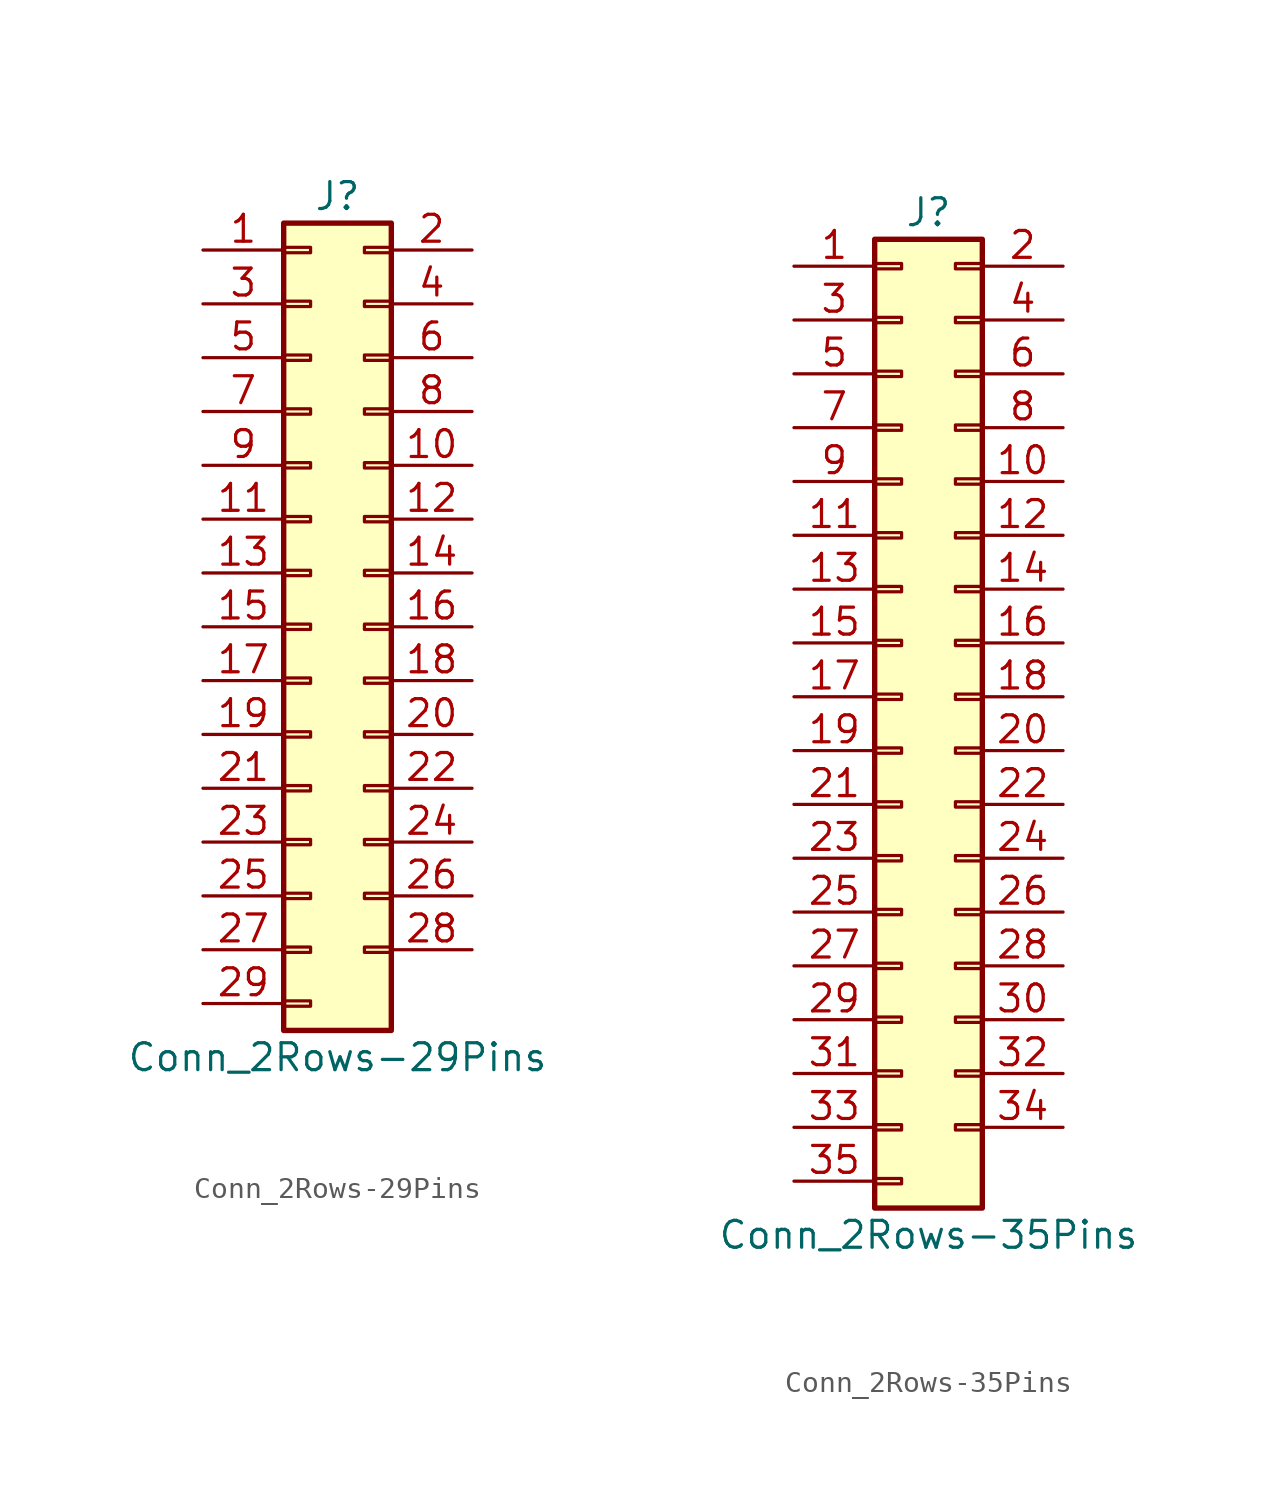
<source format=kicad_sym>
(kicad_symbol_lib
  (version 20201005)
  (generator kicad_symbol_editor)
  (symbol "Conn_2Rows-29Pins"
    (pin_names
      (offset 1.016) hide)
    (property "Reference" "J"
      (at 1.27 20.32 0)
      (effects (font (size 1.27 1.27))))
    (property "Value" "Conn_2Rows-29Pins"
      (at 1.27 -20.32 0)
      (effects (font (size 1.27 1.27))))
    (symbol "Conn_2Rows-29Pins_1_1"
      (rectangle (start -1.27 -17.653) (end 0 -17.907) (stroke (width 0.152)) (fill (type none)))
      (rectangle (start -1.27 -15.113) (end 0 -15.367) (stroke (width 0.152)) (fill (type none)))
      (rectangle (start -1.27 -12.573) (end 0 -12.827) (stroke (width 0.152)) (fill (type none)))
      (rectangle (start -1.27 -10.033) (end 0 -10.287) (stroke (width 0.152)) (fill (type none)))
      (rectangle (start -1.27 -7.493) (end 0 -7.747) (stroke (width 0.152)) (fill (type none)))
      (rectangle (start -1.27 -4.953) (end 0 -5.207) (stroke (width 0.152)) (fill (type none)))
      (rectangle (start -1.27 -2.413) (end 0 -2.667) (stroke (width 0.152)) (fill (type none)))
      (rectangle (start -1.27 0.127) (end 0 -0.127) (stroke (width 0.152)) (fill (type none)))
      (rectangle (start -1.27 2.667) (end 0 2.413) (stroke (width 0.152)) (fill (type none)))
      (rectangle (start -1.27 5.207) (end 0 4.953) (stroke (width 0.152)) (fill (type none)))
      (rectangle (start -1.27 7.747) (end 0 7.493) (stroke (width 0.152)) (fill (type none)))
      (rectangle (start -1.27 10.287) (end 0 10.033) (stroke (width 0.152)) (fill (type none)))
      (rectangle (start -1.27 12.827) (end 0 12.573) (stroke (width 0.152)) (fill (type none)))
      (rectangle (start -1.27 15.367) (end 0 15.113) (stroke (width 0.152)) (fill (type none)))
      (rectangle (start -1.27 17.907) (end 0 17.653) (stroke (width 0.152)) (fill (type none)))
      (rectangle (start -1.27 19.05) (end 3.81 -19.05) (stroke (width 0.254)) (fill (type background)))
      (rectangle (start 3.81 -15.113) (end 2.54 -15.367) (stroke (width 0.152)) (fill (type none)))
      (rectangle (start 3.81 -12.573) (end 2.54 -12.827) (stroke (width 0.152)) (fill (type none)))
      (rectangle (start 3.81 -10.033) (end 2.54 -10.287) (stroke (width 0.152)) (fill (type none)))
      (rectangle (start 3.81 -7.493) (end 2.54 -7.747) (stroke (width 0.152)) (fill (type none)))
      (rectangle (start 3.81 -4.953) (end 2.54 -5.207) (stroke (width 0.152)) (fill (type none)))
      (rectangle (start 3.81 -2.413) (end 2.54 -2.667) (stroke (width 0.152)) (fill (type none)))
      (rectangle (start 3.81 0.127) (end 2.54 -0.127) (stroke (width 0.152)) (fill (type none)))
      (rectangle (start 3.81 2.667) (end 2.54 2.413) (stroke (width 0.152)) (fill (type none)))
      (rectangle (start 3.81 5.207) (end 2.54 4.953) (stroke (width 0.152)) (fill (type none)))
      (rectangle (start 3.81 7.747) (end 2.54 7.493) (stroke (width 0.152)) (fill (type none)))
      (rectangle (start 3.81 10.287) (end 2.54 10.033) (stroke (width 0.152)) (fill (type none)))
      (rectangle (start 3.81 12.827) (end 2.54 12.573) (stroke (width 0.152)) (fill (type none)))
      (rectangle (start 3.81 15.367) (end 2.54 15.113) (stroke (width 0.152)) (fill (type none)))
      (rectangle (start 3.81 17.907) (end 2.54 17.653) (stroke (width 0.152)) (fill (type none)))
      (pin passive line (at -5.08 17.78 0) (length 3.81) (name "Pin_1" (effects (font (size 1.27 1.27)))) (number "1" (effects (font (size 1.27 1.27)))))
      (pin passive line (at 7.62 7.62 180) (length 3.81) (name "Pin_10" (effects (font (size 1.27 1.27)))) (number "10" (effects (font (size 1.27 1.27)))))
      (pin passive line (at -5.08 5.08 0) (length 3.81) (name "Pin_11" (effects (font (size 1.27 1.27)))) (number "11" (effects (font (size 1.27 1.27)))))
      (pin passive line (at 7.62 5.08 180) (length 3.81) (name "Pin_12" (effects (font (size 1.27 1.27)))) (number "12" (effects (font (size 1.27 1.27)))))
      (pin passive line (at -5.08 2.54 0) (length 3.81) (name "Pin_13" (effects (font (size 1.27 1.27)))) (number "13" (effects (font (size 1.27 1.27)))))
      (pin passive line (at 7.62 2.54 180) (length 3.81) (name "Pin_14" (effects (font (size 1.27 1.27)))) (number "14" (effects (font (size 1.27 1.27)))))
      (pin passive line (at -5.08 0 0) (length 3.81) (name "Pin_15" (effects (font (size 1.27 1.27)))) (number "15" (effects (font (size 1.27 1.27)))))
      (pin passive line (at 7.62 0 180) (length 3.81) (name "Pin_16" (effects (font (size 1.27 1.27)))) (number "16" (effects (font (size 1.27 1.27)))))
      (pin passive line (at -5.08 -2.54 0) (length 3.81) (name "Pin_17" (effects (font (size 1.27 1.27)))) (number "17" (effects (font (size 1.27 1.27)))))
      (pin passive line (at 7.62 -2.54 180) (length 3.81) (name "Pin_18" (effects (font (size 1.27 1.27)))) (number "18" (effects (font (size 1.27 1.27)))))
      (pin passive line (at -5.08 -5.08 0) (length 3.81) (name "Pin_19" (effects (font (size 1.27 1.27)))) (number "19" (effects (font (size 1.27 1.27)))))
      (pin passive line (at 7.62 17.78 180) (length 3.81) (name "Pin_2" (effects (font (size 1.27 1.27)))) (number "2" (effects (font (size 1.27 1.27)))))
      (pin passive line (at 7.62 -5.08 180) (length 3.81) (name "Pin_20" (effects (font (size 1.27 1.27)))) (number "20" (effects (font (size 1.27 1.27)))))
      (pin passive line (at -5.08 -7.62 0) (length 3.81) (name "Pin_21" (effects (font (size 1.27 1.27)))) (number "21" (effects (font (size 1.27 1.27)))))
      (pin passive line (at 7.62 -7.62 180) (length 3.81) (name "Pin_22" (effects (font (size 1.27 1.27)))) (number "22" (effects (font (size 1.27 1.27)))))
      (pin passive line (at -5.08 -10.16 0) (length 3.81) (name "Pin_23" (effects (font (size 1.27 1.27)))) (number "23" (effects (font (size 1.27 1.27)))))
      (pin passive line (at 7.62 -10.16 180) (length 3.81) (name "Pin_24" (effects (font (size 1.27 1.27)))) (number "24" (effects (font (size 1.27 1.27)))))
      (pin passive line (at -5.08 -12.7 0) (length 3.81) (name "Pin_25" (effects (font (size 1.27 1.27)))) (number "25" (effects (font (size 1.27 1.27)))))
      (pin passive line (at 7.62 -12.7 180) (length 3.81) (name "Pin_26" (effects (font (size 1.27 1.27)))) (number "26" (effects (font (size 1.27 1.27)))))
      (pin passive line (at -5.08 -15.24 0) (length 3.81) (name "Pin_27" (effects (font (size 1.27 1.27)))) (number "27" (effects (font (size 1.27 1.27)))))
      (pin passive line (at 7.62 -15.24 180) (length 3.81) (name "Pin_28" (effects (font (size 1.27 1.27)))) (number "28" (effects (font (size 1.27 1.27)))))
      (pin passive line (at -5.08 -17.78 0) (length 3.81) (name "Pin_29" (effects (font (size 1.27 1.27)))) (number "29" (effects (font (size 1.27 1.27)))))
      (pin passive line (at -5.08 15.24 0) (length 3.81) (name "Pin_3" (effects (font (size 1.27 1.27)))) (number "3" (effects (font (size 1.27 1.27)))))
      (pin passive line (at 7.62 15.24 180) (length 3.81) (name "Pin_4" (effects (font (size 1.27 1.27)))) (number "4" (effects (font (size 1.27 1.27)))))
      (pin passive line (at -5.08 12.7 0) (length 3.81) (name "Pin_5" (effects (font (size 1.27 1.27)))) (number "5" (effects (font (size 1.27 1.27)))))
      (pin passive line (at 7.62 12.7 180) (length 3.81) (name "Pin_6" (effects (font (size 1.27 1.27)))) (number "6" (effects (font (size 1.27 1.27)))))
      (pin passive line (at -5.08 10.16 0) (length 3.81) (name "Pin_7" (effects (font (size 1.27 1.27)))) (number "7" (effects (font (size 1.27 1.27)))))
      (pin passive line (at 7.62 10.16 180) (length 3.81) (name "Pin_8" (effects (font (size 1.27 1.27)))) (number "8" (effects (font (size 1.27 1.27)))))
      (pin passive line (at -5.08 7.62 0) (length 3.81) (name "Pin_9" (effects (font (size 1.27 1.27)))) (number "9" (effects (font (size 1.27 1.27)))))))
  (symbol "Conn_2Rows-35Pins"
    (pin_names
      (offset 1.016) hide)
    (property "Reference" "J"
      (at 1.27 22.86 0)
      (effects (font (size 1.27 1.27))))
    (property "Value" "Conn_2Rows-35Pins"
      (at 1.27 -25.4 0)
      (effects (font (size 1.27 1.27))))
    (symbol "Conn_2Rows-35Pins_1_1"
      (rectangle (start -1.27 -22.733) (end 0 -22.987) (stroke (width 0.152)) (fill (type none)))
      (rectangle (start -1.27 -20.193) (end 0 -20.447) (stroke (width 0.152)) (fill (type none)))
      (rectangle (start -1.27 -17.653) (end 0 -17.907) (stroke (width 0.152)) (fill (type none)))
      (rectangle (start -1.27 -15.113) (end 0 -15.367) (stroke (width 0.152)) (fill (type none)))
      (rectangle (start -1.27 -12.573) (end 0 -12.827) (stroke (width 0.152)) (fill (type none)))
      (rectangle (start -1.27 -10.033) (end 0 -10.287) (stroke (width 0.152)) (fill (type none)))
      (rectangle (start -1.27 -7.493) (end 0 -7.747) (stroke (width 0.152)) (fill (type none)))
      (rectangle (start -1.27 -4.953) (end 0 -5.207) (stroke (width 0.152)) (fill (type none)))
      (rectangle (start -1.27 -2.413) (end 0 -2.667) (stroke (width 0.152)) (fill (type none)))
      (rectangle (start -1.27 0.127) (end 0 -0.127) (stroke (width 0.152)) (fill (type none)))
      (rectangle (start -1.27 2.667) (end 0 2.413) (stroke (width 0.152)) (fill (type none)))
      (rectangle (start -1.27 5.207) (end 0 4.953) (stroke (width 0.152)) (fill (type none)))
      (rectangle (start -1.27 7.747) (end 0 7.493) (stroke (width 0.152)) (fill (type none)))
      (rectangle (start -1.27 10.287) (end 0 10.033) (stroke (width 0.152)) (fill (type none)))
      (rectangle (start -1.27 12.827) (end 0 12.573) (stroke (width 0.152)) (fill (type none)))
      (rectangle (start -1.27 15.367) (end 0 15.113) (stroke (width 0.152)) (fill (type none)))
      (rectangle (start -1.27 17.907) (end 0 17.653) (stroke (width 0.152)) (fill (type none)))
      (rectangle (start -1.27 20.447) (end 0 20.193) (stroke (width 0.152)) (fill (type none)))
      (rectangle (start -1.27 21.59) (end 3.81 -24.13) (stroke (width 0.254)) (fill (type background)))
      (rectangle (start 3.81 -20.193) (end 2.54 -20.447) (stroke (width 0.152)) (fill (type none)))
      (rectangle (start 3.81 -17.653) (end 2.54 -17.907) (stroke (width 0.152)) (fill (type none)))
      (rectangle (start 3.81 -15.113) (end 2.54 -15.367) (stroke (width 0.152)) (fill (type none)))
      (rectangle (start 3.81 -12.573) (end 2.54 -12.827) (stroke (width 0.152)) (fill (type none)))
      (rectangle (start 3.81 -10.033) (end 2.54 -10.287) (stroke (width 0.152)) (fill (type none)))
      (rectangle (start 3.81 -7.493) (end 2.54 -7.747) (stroke (width 0.152)) (fill (type none)))
      (rectangle (start 3.81 -4.953) (end 2.54 -5.207) (stroke (width 0.152)) (fill (type none)))
      (rectangle (start 3.81 -2.413) (end 2.54 -2.667) (stroke (width 0.152)) (fill (type none)))
      (rectangle (start 3.81 0.127) (end 2.54 -0.127) (stroke (width 0.152)) (fill (type none)))
      (rectangle (start 3.81 2.667) (end 2.54 2.413) (stroke (width 0.152)) (fill (type none)))
      (rectangle (start 3.81 5.207) (end 2.54 4.953) (stroke (width 0.152)) (fill (type none)))
      (rectangle (start 3.81 7.747) (end 2.54 7.493) (stroke (width 0.152)) (fill (type none)))
      (rectangle (start 3.81 10.287) (end 2.54 10.033) (stroke (width 0.152)) (fill (type none)))
      (rectangle (start 3.81 12.827) (end 2.54 12.573) (stroke (width 0.152)) (fill (type none)))
      (rectangle (start 3.81 15.367) (end 2.54 15.113) (stroke (width 0.152)) (fill (type none)))
      (rectangle (start 3.81 17.907) (end 2.54 17.653) (stroke (width 0.152)) (fill (type none)))
      (rectangle (start 3.81 20.447) (end 2.54 20.193) (stroke (width 0.152)) (fill (type none)))
      (pin passive line (at -5.08 20.32 0) (length 3.81) (name "Pin_1" (effects (font (size 1.27 1.27)))) (number "1" (effects (font (size 1.27 1.27)))))
      (pin passive line (at 7.62 10.16 180) (length 3.81) (name "Pin_10" (effects (font (size 1.27 1.27)))) (number "10" (effects (font (size 1.27 1.27)))))
      (pin passive line (at -5.08 7.62 0) (length 3.81) (name "Pin_11" (effects (font (size 1.27 1.27)))) (number "11" (effects (font (size 1.27 1.27)))))
      (pin passive line (at 7.62 7.62 180) (length 3.81) (name "Pin_12" (effects (font (size 1.27 1.27)))) (number "12" (effects (font (size 1.27 1.27)))))
      (pin passive line (at -5.08 5.08 0) (length 3.81) (name "Pin_13" (effects (font (size 1.27 1.27)))) (number "13" (effects (font (size 1.27 1.27)))))
      (pin passive line (at 7.62 5.08 180) (length 3.81) (name "Pin_14" (effects (font (size 1.27 1.27)))) (number "14" (effects (font (size 1.27 1.27)))))
      (pin passive line (at -5.08 2.54 0) (length 3.81) (name "Pin_15" (effects (font (size 1.27 1.27)))) (number "15" (effects (font (size 1.27 1.27)))))
      (pin passive line (at 7.62 2.54 180) (length 3.81) (name "Pin_16" (effects (font (size 1.27 1.27)))) (number "16" (effects (font (size 1.27 1.27)))))
      (pin passive line (at -5.08 0 0) (length 3.81) (name "Pin_17" (effects (font (size 1.27 1.27)))) (number "17" (effects (font (size 1.27 1.27)))))
      (pin passive line (at 7.62 0 180) (length 3.81) (name "Pin_18" (effects (font (size 1.27 1.27)))) (number "18" (effects (font (size 1.27 1.27)))))
      (pin passive line (at -5.08 -2.54 0) (length 3.81) (name "Pin_19" (effects (font (size 1.27 1.27)))) (number "19" (effects (font (size 1.27 1.27)))))
      (pin passive line (at 7.62 20.32 180) (length 3.81) (name "Pin_2" (effects (font (size 1.27 1.27)))) (number "2" (effects (font (size 1.27 1.27)))))
      (pin passive line (at 7.62 -2.54 180) (length 3.81) (name "Pin_20" (effects (font (size 1.27 1.27)))) (number "20" (effects (font (size 1.27 1.27)))))
      (pin passive line (at -5.08 -5.08 0) (length 3.81) (name "Pin_21" (effects (font (size 1.27 1.27)))) (number "21" (effects (font (size 1.27 1.27)))))
      (pin passive line (at 7.62 -5.08 180) (length 3.81) (name "Pin_22" (effects (font (size 1.27 1.27)))) (number "22" (effects (font (size 1.27 1.27)))))
      (pin passive line (at -5.08 -7.62 0) (length 3.81) (name "Pin_23" (effects (font (size 1.27 1.27)))) (number "23" (effects (font (size 1.27 1.27)))))
      (pin passive line (at 7.62 -7.62 180) (length 3.81) (name "Pin_24" (effects (font (size 1.27 1.27)))) (number "24" (effects (font (size 1.27 1.27)))))
      (pin passive line (at -5.08 -10.16 0) (length 3.81) (name "Pin_25" (effects (font (size 1.27 1.27)))) (number "25" (effects (font (size 1.27 1.27)))))
      (pin passive line (at 7.62 -10.16 180) (length 3.81) (name "Pin_26" (effects (font (size 1.27 1.27)))) (number "26" (effects (font (size 1.27 1.27)))))
      (pin passive line (at -5.08 -12.7 0) (length 3.81) (name "Pin_27" (effects (font (size 1.27 1.27)))) (number "27" (effects (font (size 1.27 1.27)))))
      (pin passive line (at 7.62 -12.7 180) (length 3.81) (name "Pin_28" (effects (font (size 1.27 1.27)))) (number "28" (effects (font (size 1.27 1.27)))))
      (pin passive line (at -5.08 -15.24 0) (length 3.81) (name "Pin_29" (effects (font (size 1.27 1.27)))) (number "29" (effects (font (size 1.27 1.27)))))
      (pin passive line (at -5.08 17.78 0) (length 3.81) (name "Pin_3" (effects (font (size 1.27 1.27)))) (number "3" (effects (font (size 1.27 1.27)))))
      (pin passive line (at 7.62 -15.24 180) (length 3.81) (name "Pin_30" (effects (font (size 1.27 1.27)))) (number "30" (effects (font (size 1.27 1.27)))))
      (pin passive line (at -5.08 -17.78 0) (length 3.81) (name "Pin_31" (effects (font (size 1.27 1.27)))) (number "31" (effects (font (size 1.27 1.27)))))
      (pin passive line (at 7.62 -17.78 180) (length 3.81) (name "Pin_32" (effects (font (size 1.27 1.27)))) (number "32" (effects (font (size 1.27 1.27)))))
      (pin passive line (at -5.08 -20.32 0) (length 3.81) (name "Pin_33" (effects (font (size 1.27 1.27)))) (number "33" (effects (font (size 1.27 1.27)))))
      (pin passive line (at 7.62 -20.32 180) (length 3.81) (name "Pin_34" (effects (font (size 1.27 1.27)))) (number "34" (effects (font (size 1.27 1.27)))))
      (pin passive line (at -5.08 -22.86 0) (length 3.81) (name "Pin_35" (effects (font (size 1.27 1.27)))) (number "35" (effects (font (size 1.27 1.27)))))
      (pin passive line (at 7.62 17.78 180) (length 3.81) (name "Pin_4" (effects (font (size 1.27 1.27)))) (number "4" (effects (font (size 1.27 1.27)))))
      (pin passive line (at -5.08 15.24 0) (length 3.81) (name "Pin_5" (effects (font (size 1.27 1.27)))) (number "5" (effects (font (size 1.27 1.27)))))
      (pin passive line (at 7.62 15.24 180) (length 3.81) (name "Pin_6" (effects (font (size 1.27 1.27)))) (number "6" (effects (font (size 1.27 1.27)))))
      (pin passive line (at -5.08 12.7 0) (length 3.81) (name "Pin_7" (effects (font (size 1.27 1.27)))) (number "7" (effects (font (size 1.27 1.27)))))
      (pin passive line (at 7.62 12.7 180) (length 3.81) (name "Pin_8" (effects (font (size 1.27 1.27)))) (number "8" (effects (font (size 1.27 1.27)))))
      (pin passive line (at -5.08 10.16 0) (length 3.81) (name "Pin_9" (effects (font (size 1.27 1.27)))) (number "9" (effects (font (size 1.27 1.27))))))))
</source>
